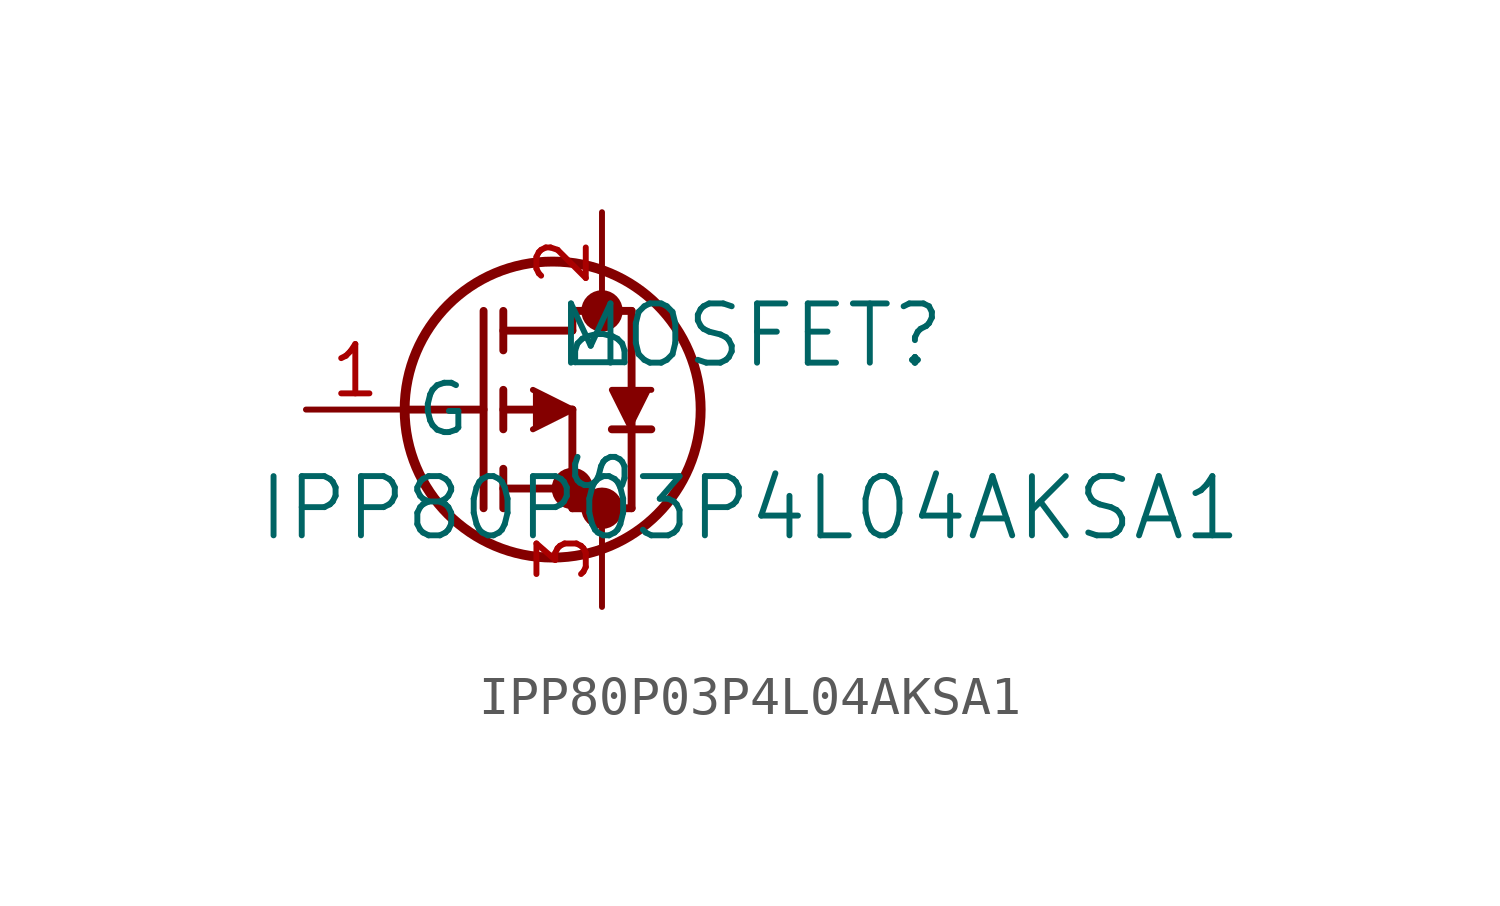
<source format=kicad_sym>
(kicad_symbol_lib
  (version 20211014)
  (generator kicad_symbol_editor)
  (symbol "IPP80P03P4L04AKSA1"
    (pin_names
      (offset 0.254))
    (property "Reference" "MOSFET"
      (at 11.43 1.905 0)
      (effects (font (size 1.524 1.524))))
    (property "Value" "IPP80P03P4L04AKSA1"
      (at 11.43 -2.54 0)
      (effects (font (size 1.524 1.524))))
    (symbol "IPP80P03P4L04AKSA1_0_1"
      (circle (center 7.62 2.54) (radius 0.025) (stroke (width 0.508) (type default) (color 0 0 0 0)) (fill (type none)))
      (circle (center 7.62 -2.54) (radius 0.025) (stroke (width 0.508) (type default) (color 0 0 0 0)) (fill (type none)))
      (circle (center 6.858 -2.032) (radius 0.025) (stroke (width 0.508) (type default) (color 0 0 0 0)) (fill (type none)))
      (circle (center 6.35 0) (radius 3.81) (stroke (width 0.254) (type default) (color 0 0 0 0)) (fill (type none)))
      (polyline (pts (xy 2.54 0) (xy 4.572 0)) (stroke (width 0.203) (type default) (color 0 0 0 0)) (fill (type none)))
      (polyline (pts (xy 4.572 -2.54) (xy 4.572 2.54)) (stroke (width 0.203) (type default) (color 0 0 0 0)) (fill (type none)))
      (polyline (pts (xy 5.08 -0.508) (xy 5.08 0.508)) (stroke (width 0.203) (type default) (color 0 0 0 0)) (fill (type none)))
      (polyline (pts (xy 5.08 -2.54) (xy 5.08 -1.524)) (stroke (width 0.203) (type default) (color 0 0 0 0)) (fill (type none)))
      (polyline (pts (xy 5.08 1.524) (xy 5.08 2.54)) (stroke (width 0.203) (type default) (color 0 0 0 0)) (fill (type none)))
      (polyline (pts (xy 5.08 0) (xy 6.858 0)) (stroke (width 0.203) (type default) (color 0 0 0 0)) (fill (type none)))
      (polyline (pts (xy 5.08 -2.032) (xy 6.858 -2.032)) (stroke (width 0.203) (type default) (color 0 0 0 0)) (fill (type none)))
      (polyline (pts (xy 6.858 -2.54) (xy 6.858 0)) (stroke (width 0.203) (type default) (color 0 0 0 0)) (fill (type none)))
      (polyline (pts (xy 6.858 -2.54) (xy 8.382 -2.54)) (stroke (width 0.203) (type default) (color 0 0 0 0)) (fill (type none)))
      (polyline (pts (xy 5.08 2.032) (xy 6.858 2.032)) (stroke (width 0.203) (type default) (color 0 0 0 0)) (fill (type none)))
      (polyline (pts (xy 8.382 -2.54) (xy 8.382 2.54)) (stroke (width 0.203) (type default) (color 0 0 0 0)) (fill (type none)))
      (polyline (pts (xy 5.842 0.508) (xy 6.858 0) (xy 5.842 -0.508)) (stroke (width 0) (type default) (color 0 0 0 0)) (fill (type outline)))
      (polyline (pts (xy 8.89 -0.508) (xy 7.874 -0.508)) (stroke (width 0.203) (type default) (color 0 0 0 0)) (fill (type none)))
      (polyline (pts (xy 8.89 0.508) (xy 7.874 0.508) (xy 8.382 -0.508)) (stroke (width 0) (type default) (color 0 0 0 0)) (fill (type outline)))
      (polyline (pts (xy 6.858 2.54) (xy 8.382 2.54)) (stroke (width 0.203) (type default) (color 0 0 0 0)) (fill (type none)))
      (polyline (pts (xy 6.858 2.032) (xy 6.858 2.54)) (stroke (width 0.203) (type default) (color 0 0 0 0)) (fill (type none)))
      (pin unspecified line (at 0 0 0) (length 2.54) (name "G" (effects (font (size 1.27 1.27)))) (number "1" (effects (font (size 1.27 1.27)))))
      (pin unspecified line (at 7.62 5.08 270) (length 2.54) (name "D" (effects (font (size 1.27 1.27)))) (number "2" (effects (font (size 1.27 1.27)))))
      (pin unspecified line (at 7.62 -5.08 90) (length 2.54) (name "S" (effects (font (size 1.27 1.27)))) (number "3" (effects (font (size 1.27 1.27))))))))
</source>
